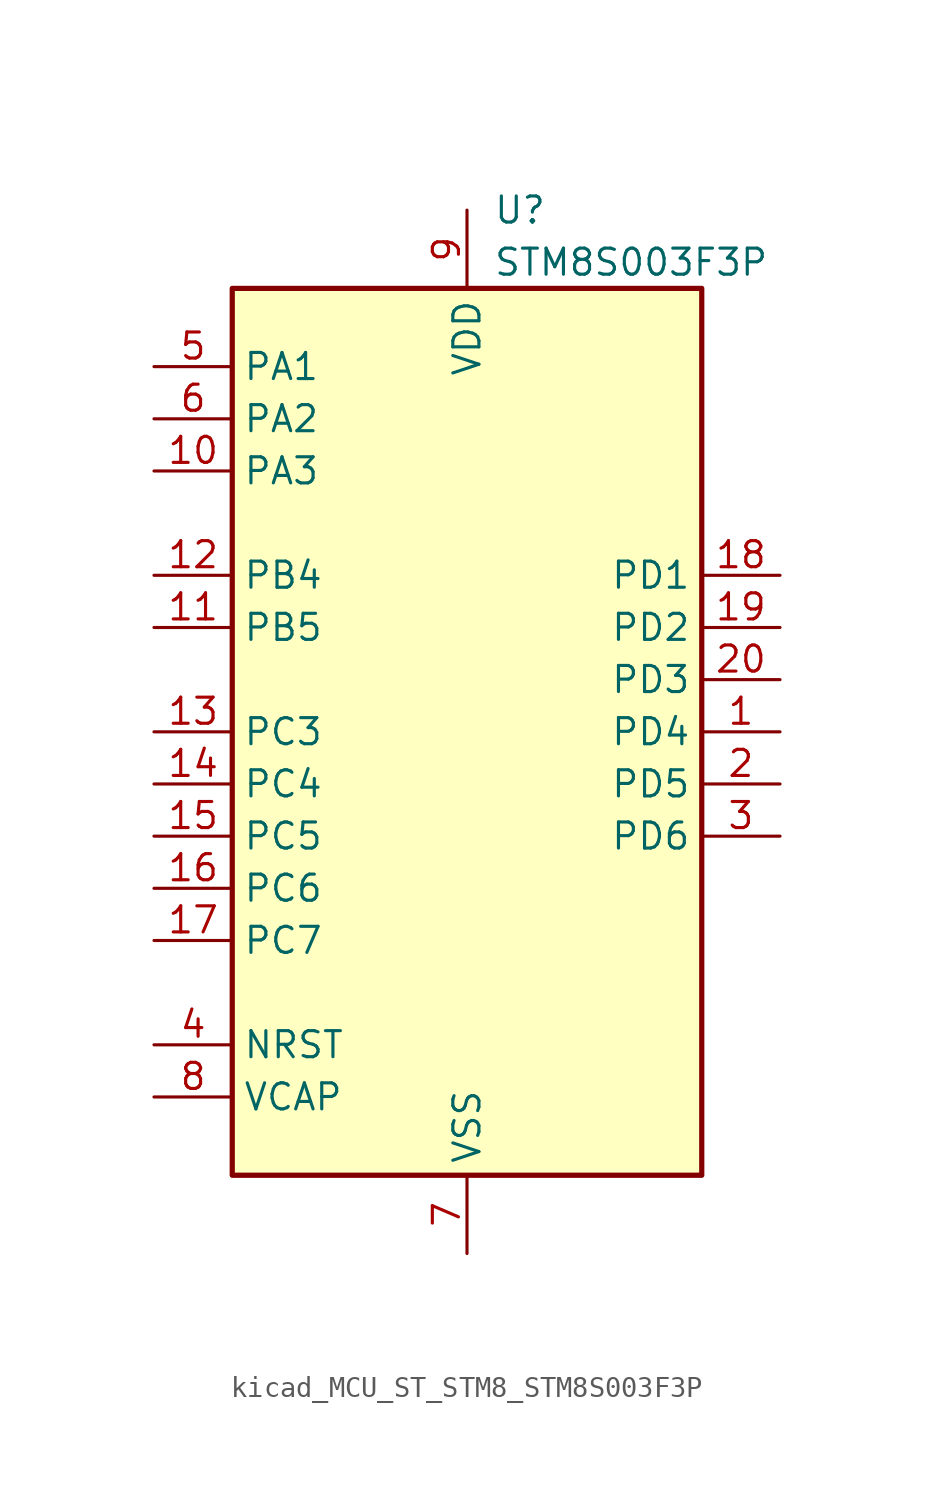
<source format=kicad_sym>
(kicad_symbol_lib
  (version 20220914)
  (generator kicad_symbol_editor)
  (symbol "kicad_MCU_ST_STM8_STM8S003F3P"
    (property "Reference" "U"
      (at 1.27 25.4 0)
      (effects (font (size 1.27 1.27)) (justify left)))
    (property "Value" "STM8S003F3P"
      (at 1.27 22.86 0)
      (effects (font (size 1.27 1.27)) (justify left)))
    (symbol "kicad_MCU_ST_STM8_STM8S003F3P_0_1"
      (rectangle (start -11.43 21.59) (end 11.43 -21.59) (stroke (width 0.254) (type default)) (fill (type background))))
    (symbol "kicad_MCU_ST_STM8_STM8S003F3P_1_1"
      (pin bidirectional line (at 15.24 0 180) (length 3.81) (name "PD4" (effects (font (size 1.27 1.27)))) (number "1" (effects (font (size 1.27 1.27)))))
      (pin bidirectional line (at -15.24 12.7 0) (length 3.81) (name "PA3" (effects (font (size 1.27 1.27)))) (number "10" (effects (font (size 1.27 1.27)))))
      (pin bidirectional line (at -15.24 5.08 0) (length 3.81) (name "PB5" (effects (font (size 1.27 1.27)))) (number "11" (effects (font (size 1.27 1.27)))))
      (pin bidirectional line (at -15.24 7.62 0) (length 3.81) (name "PB4" (effects (font (size 1.27 1.27)))) (number "12" (effects (font (size 1.27 1.27)))))
      (pin bidirectional line (at -15.24 0 0) (length 3.81) (name "PC3" (effects (font (size 1.27 1.27)))) (number "13" (effects (font (size 1.27 1.27)))))
      (pin bidirectional line (at -15.24 -2.54 0) (length 3.81) (name "PC4" (effects (font (size 1.27 1.27)))) (number "14" (effects (font (size 1.27 1.27)))))
      (pin bidirectional line (at -15.24 -5.08 0) (length 3.81) (name "PC5" (effects (font (size 1.27 1.27)))) (number "15" (effects (font (size 1.27 1.27)))))
      (pin bidirectional line (at -15.24 -7.62 0) (length 3.81) (name "PC6" (effects (font (size 1.27 1.27)))) (number "16" (effects (font (size 1.27 1.27)))))
      (pin bidirectional line (at -15.24 -10.16 0) (length 3.81) (name "PC7" (effects (font (size 1.27 1.27)))) (number "17" (effects (font (size 1.27 1.27)))))
      (pin bidirectional line (at 15.24 7.62 180) (length 3.81) (name "PD1" (effects (font (size 1.27 1.27)))) (number "18" (effects (font (size 1.27 1.27)))))
      (pin bidirectional line (at 15.24 5.08 180) (length 3.81) (name "PD2" (effects (font (size 1.27 1.27)))) (number "19" (effects (font (size 1.27 1.27)))))
      (pin bidirectional line (at 15.24 -2.54 180) (length 3.81) (name "PD5" (effects (font (size 1.27 1.27)))) (number "2" (effects (font (size 1.27 1.27)))))
      (pin bidirectional line (at 15.24 2.54 180) (length 3.81) (name "PD3" (effects (font (size 1.27 1.27)))) (number "20" (effects (font (size 1.27 1.27)))))
      (pin bidirectional line (at 15.24 -5.08 180) (length 3.81) (name "PD6" (effects (font (size 1.27 1.27)))) (number "3" (effects (font (size 1.27 1.27)))))
      (pin input line (at -15.24 -15.24 0) (length 3.81) (name "NRST" (effects (font (size 1.27 1.27)))) (number "4" (effects (font (size 1.27 1.27)))))
      (pin bidirectional line (at -15.24 17.78 0) (length 3.81) (name "PA1" (effects (font (size 1.27 1.27)))) (number "5" (effects (font (size 1.27 1.27)))))
      (pin bidirectional line (at -15.24 15.24 0) (length 3.81) (name "PA2" (effects (font (size 1.27 1.27)))) (number "6" (effects (font (size 1.27 1.27)))))
      (pin power_in line (at 0 -25.4 90) (length 3.81) (name "VSS" (effects (font (size 1.27 1.27)))) (number "7" (effects (font (size 1.27 1.27)))))
      (pin passive line (at -15.24 -17.78 0) (length 3.81) (name "VCAP" (effects (font (size 1.27 1.27)))) (number "8" (effects (font (size 1.27 1.27)))))
      (pin power_in line (at 0 25.4 270) (length 3.81) (name "VDD" (effects (font (size 1.27 1.27)))) (number "9" (effects (font (size 1.27 1.27))))))))
</source>
